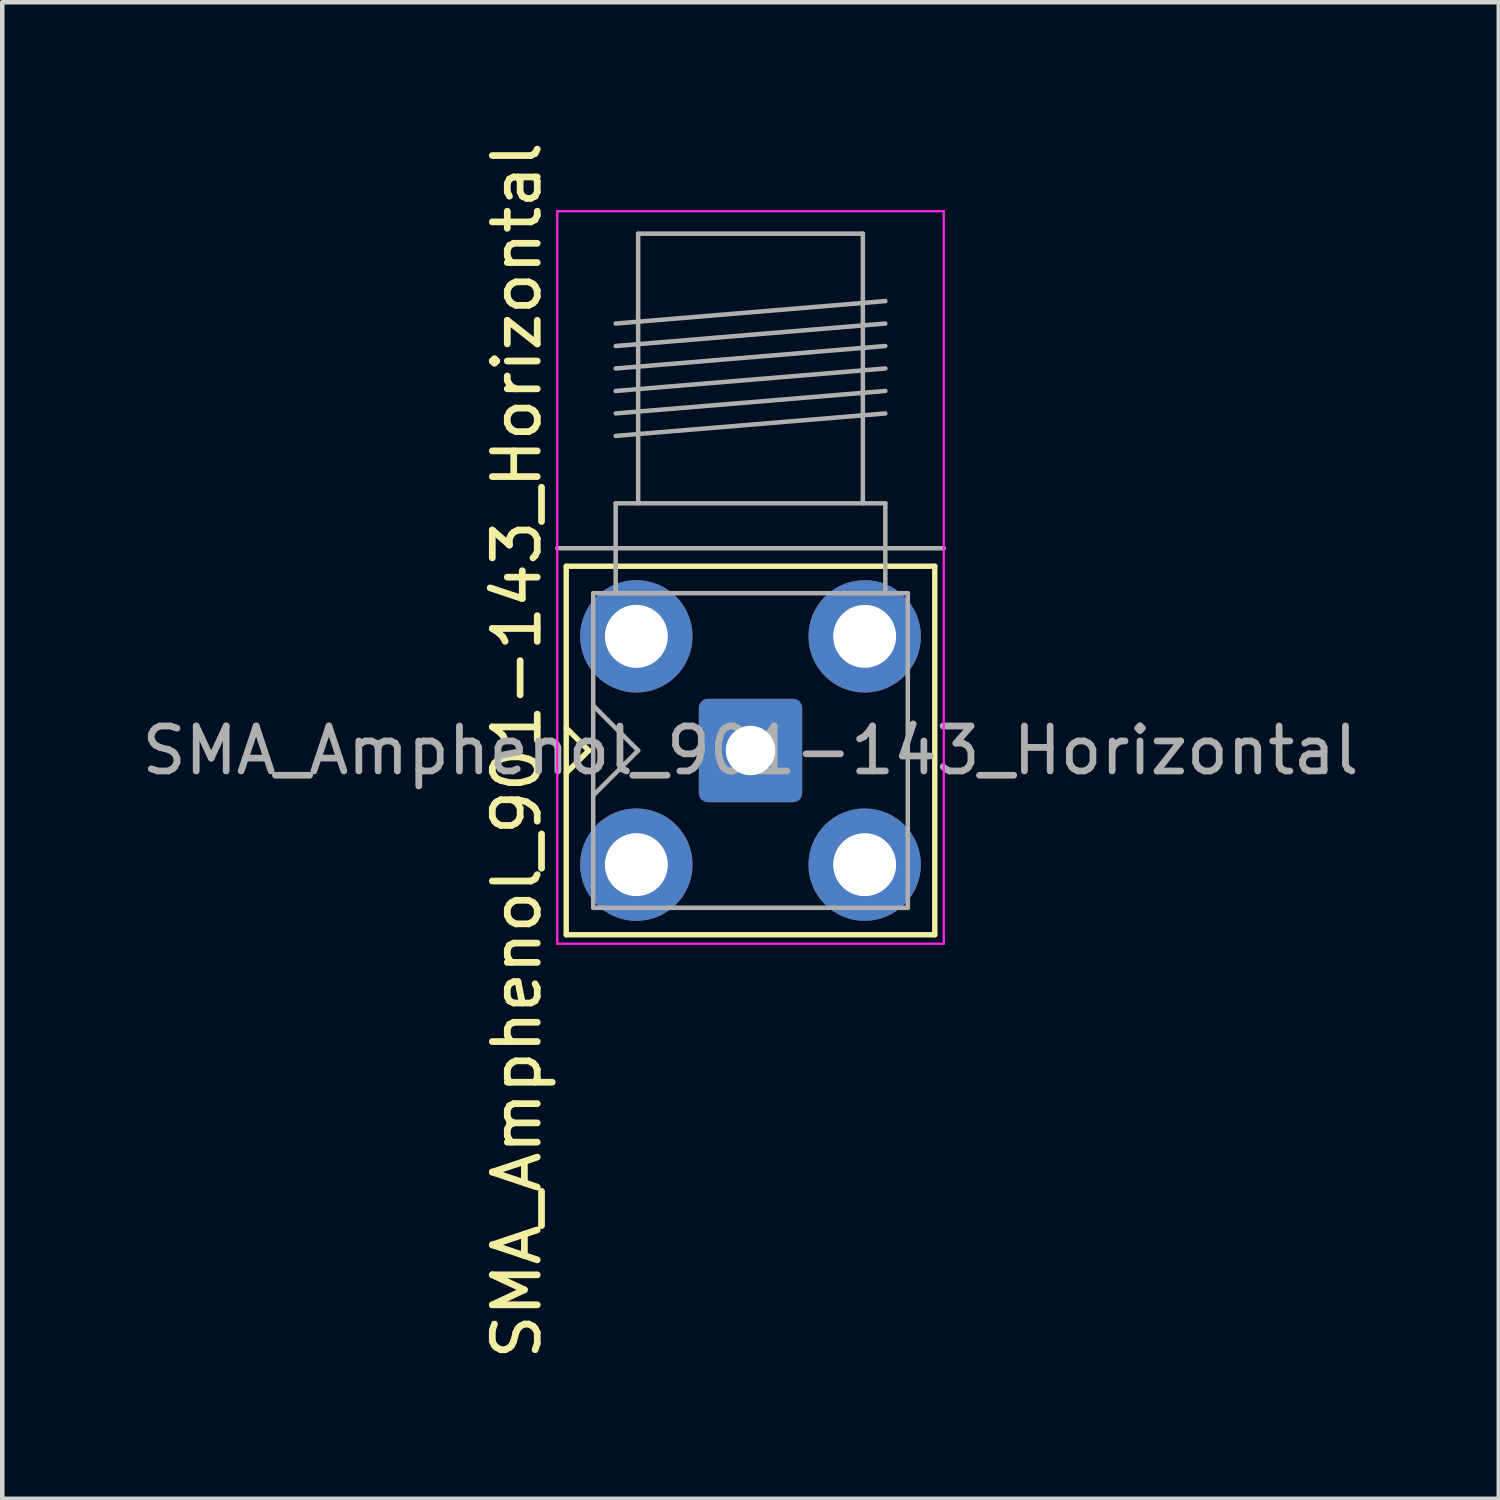
<source format=kicad_pcb>
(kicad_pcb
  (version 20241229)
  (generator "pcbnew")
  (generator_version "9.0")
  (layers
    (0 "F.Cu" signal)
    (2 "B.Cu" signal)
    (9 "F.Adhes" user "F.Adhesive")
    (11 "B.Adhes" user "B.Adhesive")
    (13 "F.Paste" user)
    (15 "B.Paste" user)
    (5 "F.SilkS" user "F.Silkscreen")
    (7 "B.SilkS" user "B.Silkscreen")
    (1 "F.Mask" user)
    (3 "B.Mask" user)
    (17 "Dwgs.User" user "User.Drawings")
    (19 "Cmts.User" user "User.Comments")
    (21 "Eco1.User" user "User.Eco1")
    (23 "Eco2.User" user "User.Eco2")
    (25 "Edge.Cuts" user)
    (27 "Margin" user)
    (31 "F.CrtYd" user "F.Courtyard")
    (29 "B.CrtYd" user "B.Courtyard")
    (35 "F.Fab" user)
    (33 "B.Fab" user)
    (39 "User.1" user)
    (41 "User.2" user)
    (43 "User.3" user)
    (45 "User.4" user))
  (footprint "SMA_Amphenol_901-143_Horizontal"
    (layer "F.Cu")
    (at 13.649 13.649)
    (property "Reference" "SMA_Amphenol_901-143_Horizontal" (at -5.2 0 90) (layer "F.SilkS") (effects (font (size 1 1) (thickness 0.15))))
    (attr through_hole)
    (fp_line (start -4.1 -4.1) (end -4.1 4.1) (stroke (width 0.12) (type solid)) (layer "F.SilkS"))
    (fp_line (start -4.1 -4.1) (end 4.1 -4.1) (stroke (width 0.12) (type solid)) (layer "F.SilkS"))
    (fp_line (start -4.1 0.5) (end -3.6 0) (stroke (width 0.12) (type solid)) (layer "F.SilkS"))
    (fp_line (start -4.1 4.1) (end 4.1 4.1) (stroke (width 0.12) (type solid)) (layer "F.SilkS"))
    (fp_line (start -3.6 0) (end -4.1 -0.5) (stroke (width 0.12) (type solid)) (layer "F.SilkS"))
    (fp_line (start 4.1 -4.1) (end 4.1 4.1) (stroke (width 0.12) (type solid)) (layer "F.SilkS"))
    (fp_line (start -4.3 -12) (end -4.3 4.3) (stroke (width 0.05) (type solid)) (layer "F.CrtYd"))
    (fp_line (start -4.3 -12) (end 4.3 -12) (stroke (width 0.05) (type solid)) (layer "F.CrtYd"))
    (fp_line (start 4.3 4.3) (end -4.3 4.3) (stroke (width 0.05) (type solid)) (layer "F.CrtYd"))
    (fp_line (start 4.3 4.3) (end 4.3 -12) (stroke (width 0.05) (type solid)) (layer "F.CrtYd"))
    (fp_line (start -3.5 -3.5) (end -3.5 3.5) (stroke (width 0.1) (type solid)) (layer "F.Fab"))
    (fp_line (start -3.5 -3.5) (end 3.5 -3.5) (stroke (width 0.1) (type solid)) (layer "F.Fab"))
    (fp_line (start -3.5 -1) (end -2.5 0) (stroke (width 0.1) (type solid)) (layer "F.Fab"))
    (fp_line (start -3.5 3.5) (end 3.5 3.5) (stroke (width 0.1) (type solid)) (layer "F.Fab"))
    (fp_line (start -3 -9.5) (end 3 -10) (stroke (width 0.1) (type solid)) (layer "F.Fab"))
    (fp_line (start -3 -9) (end 3 -9.5) (stroke (width 0.1) (type solid)) (layer "F.Fab"))
    (fp_line (start -3 -8.5) (end 3 -9) (stroke (width 0.1) (type solid)) (layer "F.Fab"))
    (fp_line (start -3 -8) (end 3 -8.5) (stroke (width 0.1) (type solid)) (layer "F.Fab"))
    (fp_line (start -3 -7.5) (end 3 -8) (stroke (width 0.1) (type solid)) (layer "F.Fab"))
    (fp_line (start -3 -7) (end 3 -7.5) (stroke (width 0.1) (type solid)) (layer "F.Fab"))
    (fp_line (start -3 -5.5) (end -3 -3.5) (stroke (width 0.1) (type solid)) (layer "F.Fab"))
    (fp_line (start -2.5 -11.5) (end -2.5 -5.5) (stroke (width 0.1) (type solid)) (layer "F.Fab"))
    (fp_line (start -2.5 -11.5) (end 2.5 -11.5) (stroke (width 0.1) (type solid)) (layer "F.Fab"))
    (fp_line (start -2.5 0) (end -3.5 1) (stroke (width 0.1) (type solid)) (layer "F.Fab"))
    (fp_line (start 2.5 -11.5) (end 2.5 -5.5) (stroke (width 0.1) (type solid)) (layer "F.Fab"))
    (fp_line (start 3 -5.5) (end -3 -5.5) (stroke (width 0.1) (type solid)) (layer "F.Fab"))
    (fp_line (start 3 -5.5) (end 3 -3.5) (stroke (width 0.1) (type solid)) (layer "F.Fab"))
    (fp_line (start 3.5 -3.5) (end 3.5 3.5) (stroke (width 0.1) (type solid)) (layer "F.Fab"))
    (fp_line (start 4.3 -4.5) (end -4.3 -4.5) (stroke (width 0.1) (type solid)) (layer "F.Fab"))
    (fp_text user "${REFERENCE}" (at 0 0 0) (layer "F.Fab") (effects (font (size 1 1) (thickness 0.15))))
    (pad "1" thru_hole roundrect (at 0 0) (size 2.3 2.3) (drill 1.1) (layers "*.Cu" "*.Mask") (remove_unused_layers yes) (keep_end_layers yes) (zone_layer_connections) (roundrect_rratio 0.087))
    (pad "2" thru_hole circle (at -2.54 -2.54) (size 2.5 2.5) (drill 1.4) (layers "*.Cu" "*.Mask") (remove_unused_layers yes) (keep_end_layers yes) (zone_layer_connections))
    (pad "2" thru_hole circle (at -2.54 2.54) (size 2.5 2.5) (drill 1.4) (layers "*.Cu" "*.Mask") (remove_unused_layers yes) (keep_end_layers yes) (zone_layer_connections))
    (pad "2" thru_hole circle (at 2.54 -2.54) (size 2.5 2.5) (drill 1.4) (layers "*.Cu" "*.Mask") (remove_unused_layers yes) (keep_end_layers yes) (zone_layer_connections))
    (pad "2" thru_hole circle (at 2.54 2.54) (size 2.5 2.5) (drill 1.4) (layers "*.Cu" "*.Mask") (remove_unused_layers yes) (keep_end_layers yes) (zone_layer_connections)))
  (gr_rect
    (start -3 -3)
    (end 30.298 30.298)
    (stroke (width 0.1) (type default))
    (fill no)
    (layer "Edge.Cuts")))
</source>
